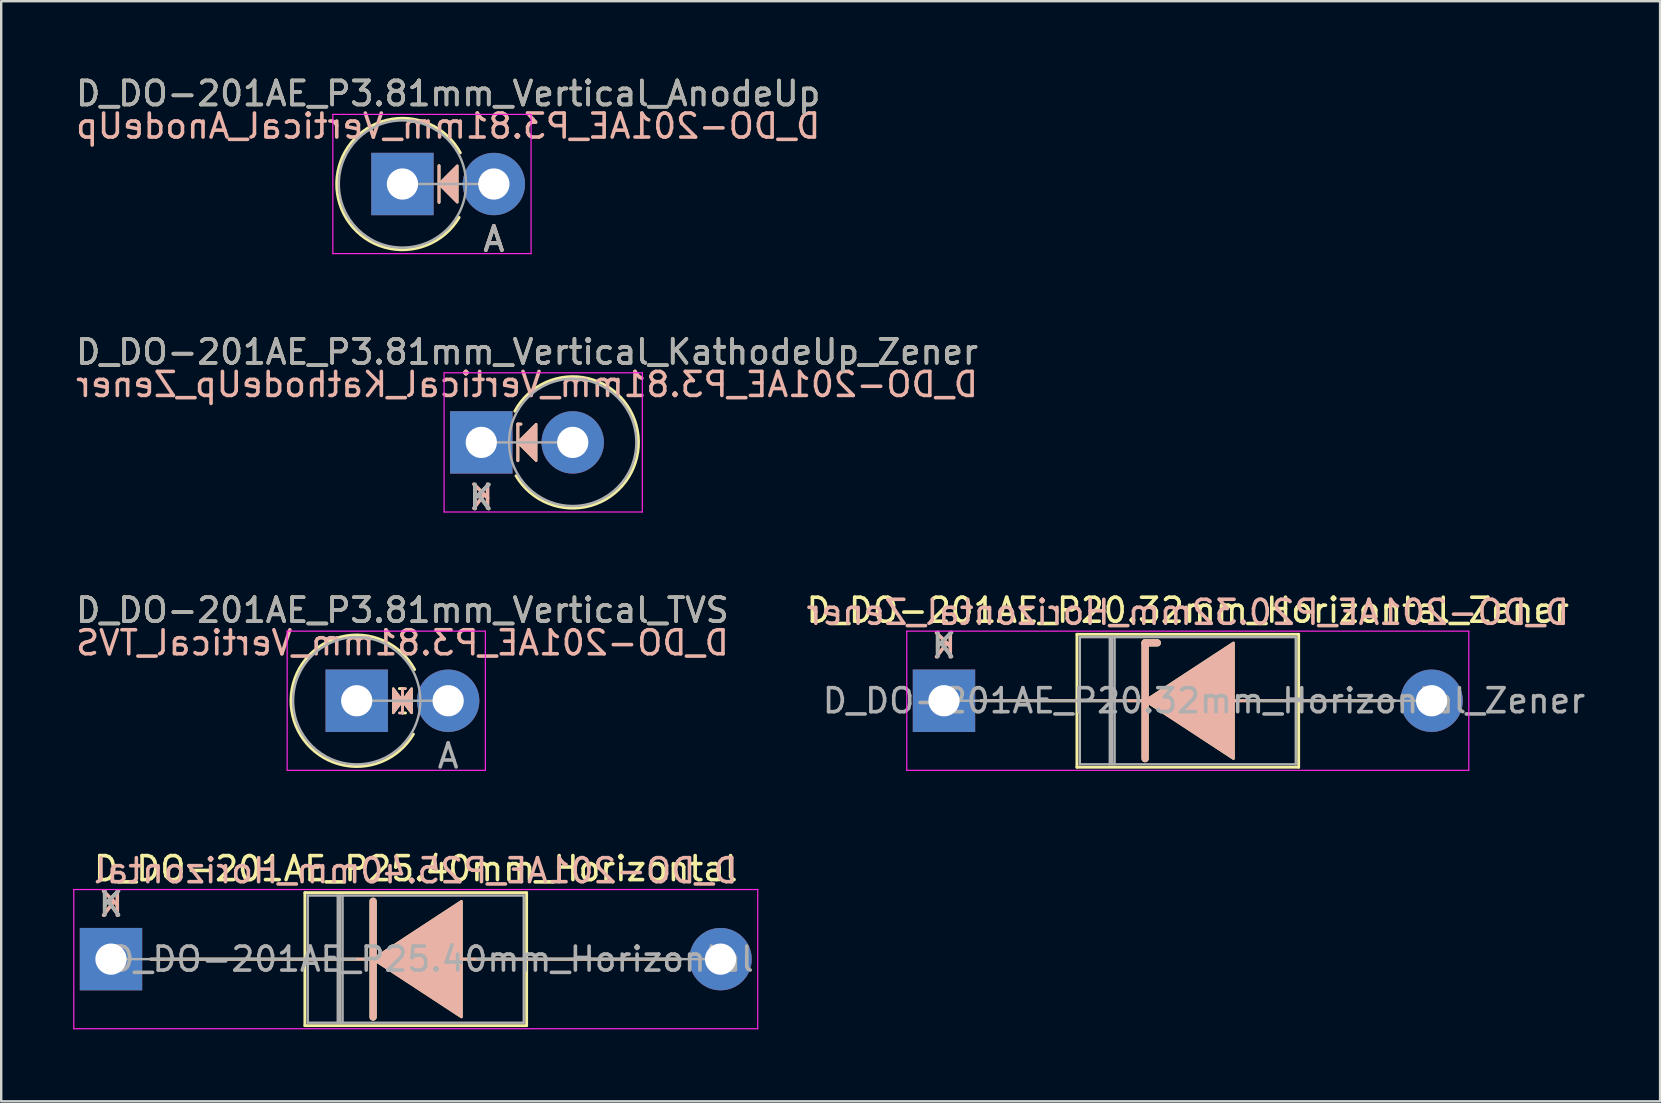
<source format=kicad_pcb>
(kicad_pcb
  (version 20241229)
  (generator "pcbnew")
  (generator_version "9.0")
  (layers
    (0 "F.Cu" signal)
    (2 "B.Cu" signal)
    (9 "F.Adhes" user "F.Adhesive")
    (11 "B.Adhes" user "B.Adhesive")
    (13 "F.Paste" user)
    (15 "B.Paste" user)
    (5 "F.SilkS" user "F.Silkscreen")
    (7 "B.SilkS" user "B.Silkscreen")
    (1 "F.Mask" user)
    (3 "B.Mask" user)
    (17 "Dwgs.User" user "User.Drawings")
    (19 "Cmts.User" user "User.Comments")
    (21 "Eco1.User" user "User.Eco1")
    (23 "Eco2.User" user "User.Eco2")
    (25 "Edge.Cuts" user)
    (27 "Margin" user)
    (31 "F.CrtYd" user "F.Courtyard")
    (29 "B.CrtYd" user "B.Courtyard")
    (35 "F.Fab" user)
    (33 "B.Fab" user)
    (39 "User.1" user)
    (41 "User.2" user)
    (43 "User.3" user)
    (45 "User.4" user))
  (footprint "D_DO-201AE_P3.81mm_Vertical_KathodeUp_Zener"
    (layer "F.Cu")
    (at 17.006 15.385)
    (property "Reference" "D_DO-201AE_P3.81mm_Vertical_KathodeUp_Zener" (at 1.905 -3.77 0) (layer "F.SilkS") (effects (font (size 1 1) (thickness 0.15))))
    (fp_line (start 1.524 -0.762) (end 1.524 0.762) (stroke (width 0.12) (type solid)) (layer "F.SilkS"))
    (fp_line (start 1.524 -0.762) (end 1.651 -0.762) (stroke (width 0.12) (type solid)) (layer "F.SilkS"))
    (fp_arc (start 1.396849 -1.3) (mid 6.55054 -0.052312) (end 1.448218 1.391144) (stroke (width 0.12) (type solid)) (layer "F.SilkS"))
    (fp_poly (pts (xy 2.286 0.762) (xy 1.524 0) (xy 2.286 -0.762)) (stroke (width 0.1) (type solid)) (fill yes) (layer "F.SilkS"))
    (fp_line (start 1.524 -0.762) (end 1.651 -0.762) (stroke (width 0.12) (type solid)) (layer "B.SilkS"))
    (fp_line (start 1.524 0.762) (end 1.524 -0.762) (stroke (width 0.12) (type solid)) (layer "B.SilkS"))
    (fp_poly (pts (xy 2.286 -0.762) (xy 1.524 0) (xy 2.286 0.762)) (stroke (width 0.1) (type solid)) (fill yes) (layer "B.SilkS"))
    (fp_line (start -1.55 -2.9) (end -1.55 2.9) (stroke (width 0.05) (type solid)) (layer "F.CrtYd"))
    (fp_line (start -1.55 2.9) (end 6.71 2.9) (stroke (width 0.05) (type solid)) (layer "F.CrtYd"))
    (fp_line (start 6.71 -2.9) (end -1.55 -2.9) (stroke (width 0.05) (type solid)) (layer "F.CrtYd"))
    (fp_line (start 6.71 2.9) (end 6.71 -2.9) (stroke (width 0.05) (type solid)) (layer "F.CrtYd"))
    (fp_line (start 0 0) (end 3.81 0) (stroke (width 0.1) (type solid)) (layer "F.Fab"))
    (fp_circle (center 3.81 0) (end 6.46 0) (stroke (width 0.1) (type solid)) (fill no) (layer "F.Fab"))
    (fp_text user "K" (at 0 2.3 0) (layer "F.SilkS") (effects (font (size 1 1) (thickness 0.15))))
    (fp_text user "${REFERENCE}" (at 1.905 -2.413 0) (layer "B.SilkS") (effects (font (size 1 1) (thickness 0.15)) (justify mirror)))
    (fp_text user "K" (at 0 2.286 0) (layer "B.SilkS") (effects (font (size 1 1) (thickness 0.15)) (justify mirror)))
    (fp_text user "K" (at 0 2.3 0) (layer "F.Fab") (effects (font (size 1 1) (thickness 0.15))))
    (fp_text user "${REFERENCE}" (at 1.905 -3.77 0) (layer "F.Fab") (effects (font (size 1 1) (thickness 0.15))))
    (pad "1" thru_hole rect (at 0 0) (size 2.6 2.6) (drill 1.3) (layers "*.Cu" "*.Mask"))
    (pad "2" thru_hole oval (at 3.81 0) (size 2.6 2.6) (drill 1.3) (layers "*.Cu" "*.Mask")))
  (footprint "D_DO-201AE_P20.32mm_Horizontal_Zener"
    (layer "F.Cu")
    (at 36.286 26.151)
    (property "Reference" "D_DO-201AE_P20.32mm_Horizontal_Zener" (at 10.16 -3.77 0) (layer "F.SilkS") (effects (font (size 1 1) (thickness 0.15))))
    (fp_line (start 1.54 0) (end 5.54 0) (stroke (width 0.12) (type solid)) (layer "F.SilkS"))
    (fp_line (start 5.54 -2.77) (end 5.54 2.77) (stroke (width 0.12) (type solid)) (layer "F.SilkS"))
    (fp_line (start 5.54 2.77) (end 14.78 2.77) (stroke (width 0.12) (type solid)) (layer "F.SilkS"))
    (fp_line (start 8.382 -2.413) (end 8.382 2.413) (stroke (width 0.3) (type solid)) (layer "F.SilkS"))
    (fp_line (start 8.382 -2.413) (end 8.89 -2.413) (stroke (width 0.3) (type solid)) (layer "F.SilkS"))
    (fp_line (start 8.509 0) (end 5.54 0) (stroke (width 0.12) (type solid)) (layer "F.SilkS"))
    (fp_line (start 12.065 0) (end 14.78 0) (stroke (width 0.12) (type solid)) (layer "F.SilkS"))
    (fp_line (start 14.78 -2.77) (end 5.54 -2.77) (stroke (width 0.12) (type solid)) (layer "F.SilkS"))
    (fp_line (start 14.78 2.77) (end 14.78 -2.77) (stroke (width 0.12) (type solid)) (layer "F.SilkS"))
    (fp_line (start 18.78 0) (end 14.78 0) (stroke (width 0.12) (type solid)) (layer "F.SilkS"))
    (fp_poly (pts (xy 12.065 2.413) (xy 8.382 0) (xy 12.065 -2.413)) (stroke (width 0.1) (type solid)) (fill yes) (layer "F.SilkS"))
    (fp_line (start 1.54 0) (end 5.54 0) (stroke (width 0.12) (type solid)) (layer "B.SilkS"))
    (fp_line (start 8.382 -2.413) (end 8.89 -2.413) (stroke (width 0.3) (type solid)) (layer "B.SilkS"))
    (fp_line (start 8.382 2.413) (end 8.382 -2.413) (stroke (width 0.3) (type solid)) (layer "B.SilkS"))
    (fp_line (start 8.509 0) (end 5.54 0) (stroke (width 0.12) (type solid)) (layer "B.SilkS"))
    (fp_line (start 12.065 0) (end 14.78 0) (stroke (width 0.12) (type solid)) (layer "B.SilkS"))
    (fp_line (start 18.78 0) (end 14.78 0) (stroke (width 0.12) (type solid)) (layer "B.SilkS"))
    (fp_poly (pts (xy 12.065 -2.413) (xy 8.382 0) (xy 12.065 2.413)) (stroke (width 0.1) (type solid)) (fill yes) (layer "B.SilkS"))
    (fp_line (start -1.55 -2.9) (end -1.55 2.9) (stroke (width 0.05) (type solid)) (layer "F.CrtYd"))
    (fp_line (start -1.55 2.9) (end 21.87 2.9) (stroke (width 0.05) (type solid)) (layer "F.CrtYd"))
    (fp_line (start 21.87 -2.9) (end -1.55 -2.9) (stroke (width 0.05) (type solid)) (layer "F.CrtYd"))
    (fp_line (start 21.87 2.9) (end 21.87 -2.9) (stroke (width 0.05) (type solid)) (layer "F.CrtYd"))
    (fp_line (start 0 0) (end 7.62 0) (stroke (width 0.1) (type solid)) (layer "F.Fab"))
    (fp_line (start 5.66 -2.65) (end 5.66 2.65) (stroke (width 0.1) (type solid)) (layer "F.Fab"))
    (fp_line (start 5.66 2.65) (end 14.66 2.65) (stroke (width 0.1) (type solid)) (layer "F.Fab"))
    (fp_line (start 6.91 -2.65) (end 6.91 2.65) (stroke (width 0.1) (type solid)) (layer "F.Fab"))
    (fp_line (start 7.01 -2.65) (end 7.01 2.65) (stroke (width 0.1) (type solid)) (layer "F.Fab"))
    (fp_line (start 7.11 -2.65) (end 7.11 2.65) (stroke (width 0.1) (type solid)) (layer "F.Fab"))
    (fp_line (start 14.66 -2.65) (end 5.66 -2.65) (stroke (width 0.1) (type solid)) (layer "F.Fab"))
    (fp_line (start 14.66 2.65) (end 14.66 -2.65) (stroke (width 0.1) (type solid)) (layer "F.Fab"))
    (fp_line (start 20.32 0) (end 12.7 0) (stroke (width 0.1) (type solid)) (layer "F.Fab"))
    (fp_text user "K" (at 0 -2.3 0) (layer "F.SilkS") (effects (font (size 1 1) (thickness 0.15))))
    (fp_text user "${REFERENCE}" (at 10.16 -3.683 0) (layer "B.SilkS") (effects (font (size 1 1) (thickness 0.15)) (justify mirror)))
    (fp_text user "K" (at 0 -2.286 0) (layer "B.SilkS") (effects (font (size 1 1) (thickness 0.15)) (justify mirror)))
    (fp_text user "K" (at 0 -2.3 0) (layer "F.Fab") (effects (font (size 1 1) (thickness 0.15))))
    (fp_text user "${REFERENCE}" (at 10.835 0 0) (layer "F.Fab") (effects (font (size 1 1) (thickness 0.15))))
    (pad "1" thru_hole rect (at 0 0) (size 2.6 2.6) (drill 1.3) (layers "*.Cu" "*.Mask"))
    (pad "2" thru_hole oval (at 20.32 0) (size 2.6 2.6) (drill 1.3) (layers "*.Cu" "*.Mask")))
  (footprint "D_DO-201AE_P3.81mm_Vertical_TVS"
    (layer "F.Cu")
    (at 11.815 26.151)
    (property "Reference" "D_DO-201AE_P3.81mm_Vertical_TVS" (at 1.905 -3.77 0) (layer "F.SilkS") (effects (font (size 1 1) (thickness 0.15))))
    (fp_line (start 1.778 -0.508) (end 1.905 -0.508) (stroke (width 0.12) (type solid)) (layer "F.SilkS"))
    (fp_line (start 1.905 -0.508) (end 1.905 0.508) (stroke (width 0.12) (type solid)) (layer "F.SilkS"))
    (fp_line (start 1.905 0.508) (end 2.032 0.508) (stroke (width 0.12) (type solid)) (layer "F.SilkS"))
    (fp_arc (start 2.361782 1.391144) (mid -2.74054 -0.052312) (end 2.413151 -1.3) (stroke (width 0.12) (type solid)) (layer "F.SilkS"))
    (fp_poly (pts (xy 1.524 -0.508) (xy 1.905 0) (xy 1.524 0.508)) (stroke (width 0.1) (type solid)) (fill yes) (layer "F.SilkS"))
    (fp_poly (pts (xy 2.286 0.508) (xy 1.905 0) (xy 2.286 -0.508)) (stroke (width 0.1) (type solid)) (fill yes) (layer "F.SilkS"))
    (fp_line (start 1.778 0.508) (end 1.905 0.508) (stroke (width 0.12) (type solid)) (layer "B.SilkS"))
    (fp_line (start 1.905 -0.508) (end 2.032 -0.508) (stroke (width 0.12) (type solid)) (layer "B.SilkS"))
    (fp_line (start 1.905 0.508) (end 1.905 -0.508) (stroke (width 0.12) (type solid)) (layer "B.SilkS"))
    (fp_poly (pts (xy 1.524 0.508) (xy 1.905 0) (xy 1.524 -0.508)) (stroke (width 0.1) (type solid)) (fill yes) (layer "B.SilkS"))
    (fp_poly (pts (xy 2.286 -0.508) (xy 1.905 0) (xy 2.286 0.508)) (stroke (width 0.1) (type solid)) (fill yes) (layer "B.SilkS"))
    (fp_line (start -2.9 -2.9) (end -2.9 2.9) (stroke (width 0.05) (type solid)) (layer "F.CrtYd"))
    (fp_line (start -2.9 2.9) (end 5.36 2.9) (stroke (width 0.05) (type solid)) (layer "F.CrtYd"))
    (fp_line (start 5.36 -2.9) (end -2.9 -2.9) (stroke (width 0.05) (type solid)) (layer "F.CrtYd"))
    (fp_line (start 5.36 2.9) (end 5.36 -2.9) (stroke (width 0.05) (type solid)) (layer "F.CrtYd"))
    (fp_line (start 0 0) (end 3.81 0) (stroke (width 0.1) (type solid)) (layer "F.Fab"))
    (fp_circle (center 0 0) (end 2.65 0) (stroke (width 0.1) (type solid)) (fill no) (layer "F.Fab"))
    (fp_text user "${REFERENCE}" (at 1.905 -2.413 0) (layer "B.SilkS") (effects (font (size 1 1) (thickness 0.15)) (justify mirror)))
    (fp_text user "A" (at 3.81 2.3 0) (layer "F.Fab") (effects (font (size 1 1) (thickness 0.15))))
    (fp_text user "${REFERENCE}" (at 1.905 -3.77 0) (layer "F.Fab") (effects (font (size 1 1) (thickness 0.15))))
    (pad "1" thru_hole rect (at 0 0) (size 2.6 2.6) (drill 1.3) (layers "*.Cu" "*.Mask"))
    (pad "2" thru_hole oval (at 3.81 0) (size 2.6 2.6) (drill 1.3) (layers "*.Cu" "*.Mask")))
  (footprint "D_DO-201AE_P25.40mm_Horizontal"
    (layer "F.Cu")
    (at 1.575 36.918)
    (property "Reference" "D_DO-201AE_P25.40mm_Horizontal" (at 12.7 -3.77 0) (layer "F.SilkS") (effects (font (size 1 1) (thickness 0.15))))
    (fp_line (start 1.651 0) (end 8.08 0) (stroke (width 0.12) (type solid)) (layer "F.SilkS"))
    (fp_line (start 8.08 -2.77) (end 8.08 2.77) (stroke (width 0.12) (type solid)) (layer "F.SilkS"))
    (fp_line (start 8.08 2.77) (end 17.32 2.77) (stroke (width 0.12) (type solid)) (layer "F.SilkS"))
    (fp_line (start 10.922 -2.413) (end 10.922 2.413) (stroke (width 0.3) (type solid)) (layer "F.SilkS"))
    (fp_line (start 11.049 0) (end 8.08 0) (stroke (width 0.12) (type solid)) (layer "F.SilkS"))
    (fp_line (start 14.605 0) (end 17.32 0) (stroke (width 0.12) (type solid)) (layer "F.SilkS"))
    (fp_line (start 17.32 -2.77) (end 8.08 -2.77) (stroke (width 0.12) (type solid)) (layer "F.SilkS"))
    (fp_line (start 17.32 2.77) (end 17.32 -2.77) (stroke (width 0.12) (type solid)) (layer "F.SilkS"))
    (fp_line (start 23.749 0) (end 17.32 0) (stroke (width 0.12) (type solid)) (layer "F.SilkS"))
    (fp_poly (pts (xy 14.605 2.413) (xy 10.922 0) (xy 14.605 -2.413)) (stroke (width 0.1) (type solid)) (fill yes) (layer "F.SilkS"))
    (fp_line (start 1.651 0) (end 8.08 0) (stroke (width 0.12) (type solid)) (layer "B.SilkS"))
    (fp_line (start 10.922 2.413) (end 10.922 -2.413) (stroke (width 0.3) (type solid)) (layer "B.SilkS"))
    (fp_line (start 11.049 0) (end 8.08 0) (stroke (width 0.12) (type solid)) (layer "B.SilkS"))
    (fp_line (start 14.605 0) (end 17.32 0) (stroke (width 0.12) (type solid)) (layer "B.SilkS"))
    (fp_line (start 23.749 0) (end 17.32 0) (stroke (width 0.12) (type solid)) (layer "B.SilkS"))
    (fp_poly (pts (xy 14.605 -2.413) (xy 10.922 0) (xy 14.605 2.413)) (stroke (width 0.1) (type solid)) (fill yes) (layer "B.SilkS"))
    (fp_line (start -1.55 -2.9) (end -1.55 2.9) (stroke (width 0.05) (type solid)) (layer "F.CrtYd"))
    (fp_line (start -1.55 2.9) (end 26.95 2.9) (stroke (width 0.05) (type solid)) (layer "F.CrtYd"))
    (fp_line (start 26.95 -2.9) (end -1.55 -2.9) (stroke (width 0.05) (type solid)) (layer "F.CrtYd"))
    (fp_line (start 26.95 2.9) (end 26.95 -2.9) (stroke (width 0.05) (type solid)) (layer "F.CrtYd"))
    (fp_line (start 0 0) (end 10.16 0) (stroke (width 0.1) (type solid)) (layer "F.Fab"))
    (fp_line (start 8.2 -2.65) (end 8.2 2.65) (stroke (width 0.1) (type solid)) (layer "F.Fab"))
    (fp_line (start 8.2 2.65) (end 17.2 2.65) (stroke (width 0.1) (type solid)) (layer "F.Fab"))
    (fp_line (start 9.45 -2.65) (end 9.45 2.65) (stroke (width 0.1) (type solid)) (layer "F.Fab"))
    (fp_line (start 9.55 -2.65) (end 9.55 2.65) (stroke (width 0.1) (type solid)) (layer "F.Fab"))
    (fp_line (start 9.65 -2.65) (end 9.65 2.65) (stroke (width 0.1) (type solid)) (layer "F.Fab"))
    (fp_line (start 17.2 -2.65) (end 8.2 -2.65) (stroke (width 0.1) (type solid)) (layer "F.Fab"))
    (fp_line (start 17.2 2.65) (end 17.2 -2.65) (stroke (width 0.1) (type solid)) (layer "F.Fab"))
    (fp_line (start 25.4 0) (end 15.24 0) (stroke (width 0.1) (type solid)) (layer "F.Fab"))
    (fp_text user "K" (at 0 -2.3 0) (layer "F.SilkS") (effects (font (size 1 1) (thickness 0.15))))
    (fp_text user "K" (at 0 -2.286 0) (layer "B.SilkS") (effects (font (size 1 1) (thickness 0.15)) (justify mirror)))
    (fp_text user "${REFERENCE}" (at 12.7 -3.683 0) (layer "B.SilkS") (effects (font (size 1 1) (thickness 0.15)) (justify mirror)))
    (fp_text user "${REFERENCE}" (at 13.375 0 0) (layer "F.Fab") (effects (font (size 1 1) (thickness 0.15))))
    (fp_text user "K" (at 0 -2.3 0) (layer "F.Fab") (effects (font (size 1 1) (thickness 0.15))))
    (pad "1" thru_hole rect (at 0 0) (size 2.6 2.6) (drill 1.3) (layers "*.Cu" "*.Mask"))
    (pad "2" thru_hole oval (at 25.4 0) (size 2.6 2.6) (drill 1.3) (layers "*.Cu" "*.Mask")))
  (footprint "D_DO-201AE_P3.81mm_Vertical_AnodeUp"
    (layer "F.Cu")
    (at 13.72 4.618)
    (property "Reference" "D_DO-201AE_P3.81mm_Vertical_AnodeUp" (at 1.905 -3.77 0) (layer "F.SilkS") (effects (font (size 1 1) (thickness 0.15))))
    (fp_line (start 1.524 -0.762) (end 1.524 0.762) (stroke (width 0.12) (type solid)) (layer "F.SilkS"))
    (fp_arc (start 2.361782 1.391144) (mid -2.74054 -0.052312) (end 2.413151 -1.3) (stroke (width 0.12) (type solid)) (layer "F.SilkS"))
    (fp_poly (pts (xy 2.286 0.762) (xy 1.524 0) (xy 2.286 -0.762)) (stroke (width 0.1) (type solid)) (fill yes) (layer "F.SilkS"))
    (fp_line (start 1.524 0.762) (end 1.524 -0.762) (stroke (width 0.12) (type solid)) (layer "B.SilkS"))
    (fp_poly (pts (xy 2.286 -0.762) (xy 1.524 0) (xy 2.286 0.762)) (stroke (width 0.1) (type solid)) (fill yes) (layer "B.SilkS"))
    (fp_line (start -2.9 -2.9) (end -2.9 2.9) (stroke (width 0.05) (type solid)) (layer "F.CrtYd"))
    (fp_line (start -2.9 2.9) (end 5.36 2.9) (stroke (width 0.05) (type solid)) (layer "F.CrtYd"))
    (fp_line (start 5.36 -2.9) (end -2.9 -2.9) (stroke (width 0.05) (type solid)) (layer "F.CrtYd"))
    (fp_line (start 5.36 2.9) (end 5.36 -2.9) (stroke (width 0.05) (type solid)) (layer "F.CrtYd"))
    (fp_line (start 0 0) (end 3.81 0) (stroke (width 0.1) (type solid)) (layer "F.Fab"))
    (fp_circle (center 0 0) (end 2.65 0) (stroke (width 0.1) (type solid)) (fill no) (layer "F.Fab"))
    (fp_text user "A" (at 3.81 2.3 0) (layer "F.SilkS") (effects (font (size 1 1) (thickness 0.15))))
    (fp_text user "A" (at 3.81 2.286 0) (layer "B.SilkS") (effects (font (size 1 1) (thickness 0.15)) (justify mirror)))
    (fp_text user "${REFERENCE}" (at 1.905 -2.413 0) (layer "B.SilkS") (effects (font (size 1 1) (thickness 0.15)) (justify mirror)))
    (fp_text user "${REFERENCE}" (at 1.905 -3.77 0) (layer "F.Fab") (effects (font (size 1 1) (thickness 0.15))))
    (fp_text user "A" (at 3.81 2.3 0) (layer "F.Fab") (effects (font (size 1 1) (thickness 0.15))))
    (pad "1" thru_hole rect (at 0 0) (size 2.6 2.6) (drill 1.3) (layers "*.Cu" "*.Mask"))
    (pad "2" thru_hole oval (at 3.81 0) (size 2.6 2.6) (drill 1.3) (layers "*.Cu" "*.Mask")))
  (gr_rect
    (start -3 -3)
    (end 66.127 42.843)
    (stroke (width 0.1) (type default))
    (fill no)
    (layer "Edge.Cuts")))
</source>
